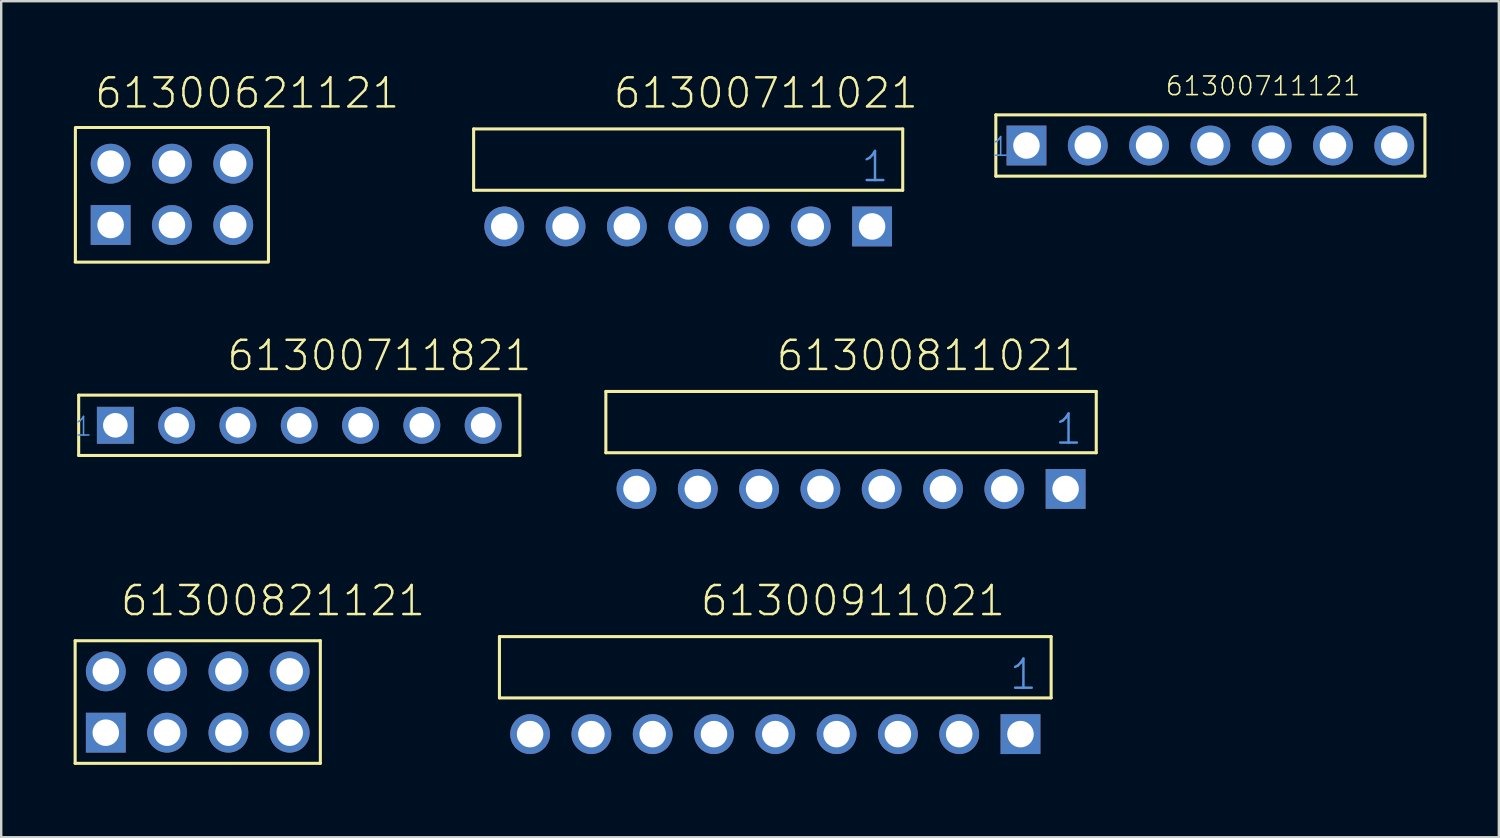
<source format=kicad_pcb>
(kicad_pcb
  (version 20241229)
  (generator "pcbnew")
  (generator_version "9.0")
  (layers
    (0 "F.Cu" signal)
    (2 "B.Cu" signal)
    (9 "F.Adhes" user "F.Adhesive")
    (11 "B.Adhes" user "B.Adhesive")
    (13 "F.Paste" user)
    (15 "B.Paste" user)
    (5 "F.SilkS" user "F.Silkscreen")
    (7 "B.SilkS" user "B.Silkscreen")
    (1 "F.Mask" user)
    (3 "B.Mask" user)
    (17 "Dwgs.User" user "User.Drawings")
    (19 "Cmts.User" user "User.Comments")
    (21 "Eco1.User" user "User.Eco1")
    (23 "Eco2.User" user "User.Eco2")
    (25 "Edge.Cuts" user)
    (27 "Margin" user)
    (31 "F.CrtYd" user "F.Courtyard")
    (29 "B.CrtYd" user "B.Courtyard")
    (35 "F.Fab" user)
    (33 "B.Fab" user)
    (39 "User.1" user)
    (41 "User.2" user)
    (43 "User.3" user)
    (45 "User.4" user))
  (footprint "61300911021"
    (layer "F.Cu")
    (at 29.075 27.369)
    (property "Reference" "61300911021" (at -3.165 -4.822 0) (layer "F.SilkS") (effects (font (size 1.206 1.206) (thickness 0.102)) (justify left bottom)))
    (attr through_hole)
    (fp_line (start -11.43 -4.04) (end 11.43 -4.04) (stroke (width 0.127) (type solid)) (layer "F.SilkS"))
    (fp_line (start -11.43 -1.5) (end -11.43 -4.04) (stroke (width 0.127) (type solid)) (layer "F.SilkS"))
    (fp_line (start 11.43 -4.04) (end 11.43 -1.5) (stroke (width 0.127) (type solid)) (layer "F.SilkS"))
    (fp_line (start 11.43 -1.5) (end -11.43 -1.5) (stroke (width 0.127) (type solid)) (layer "F.SilkS"))
    (fp_text user "1" (at 9.64 -1.77 0) (layer "Cmts.User") (effects (font (size 1.206 1.206) (thickness 0.102)) (justify left bottom)))
    (pad "1" thru_hole rect (at 10.16 0) (size 1.65 1.65) (drill 1.1) (layers "*.Cu" "*.Mask"))
    (pad "2" thru_hole circle (at 7.62 0) (size 1.65 1.65) (drill 1.1) (layers "*.Cu" "*.Mask"))
    (pad "3" thru_hole circle (at 5.08 0) (size 1.65 1.65) (drill 1.1) (layers "*.Cu" "*.Mask"))
    (pad "4" thru_hole circle (at 2.54 0) (size 1.65 1.65) (drill 1.1) (layers "*.Cu" "*.Mask"))
    (pad "5" thru_hole circle (at 0 0) (size 1.65 1.65) (drill 1.1) (layers "*.Cu" "*.Mask"))
    (pad "6" thru_hole circle (at -2.54 0) (size 1.65 1.65) (drill 1.1) (layers "*.Cu" "*.Mask"))
    (pad "7" thru_hole circle (at -5.08 0) (size 1.65 1.65) (drill 1.1) (layers "*.Cu" "*.Mask"))
    (pad "8" thru_hole circle (at -7.62 0) (size 1.65 1.65) (drill 1.1) (layers "*.Cu" "*.Mask"))
    (pad "9" thru_hole circle (at -10.16 0) (size 1.65 1.65) (drill 1.1) (layers "*.Cu" "*.Mask")))
  (footprint "61300711121"
    (layer "F.Cu")
    (at 47.103 2.979)
    (property "Reference" "61300711121" (at -1.905 -2.012 0) (layer "F.SilkS") (effects (font (size 0.772 0.772) (thickness 0.065)) (justify left bottom)))
    (attr through_hole)
    (fp_line (start -8.89 -1.27) (end -8.89 1.27) (stroke (width 0.127) (type solid)) (layer "F.SilkS"))
    (fp_line (start -8.89 1.27) (end 8.89 1.27) (stroke (width 0.127) (type solid)) (layer "F.SilkS"))
    (fp_line (start 8.89 -1.27) (end -8.89 -1.27) (stroke (width 0.127) (type solid)) (layer "F.SilkS"))
    (fp_line (start 8.89 1.27) (end 8.89 -1.27) (stroke (width 0.127) (type solid)) (layer "F.SilkS"))
    (fp_text user "1" (at -9.1 0.5 0) (layer "Cmts.User") (effects (font (size 0.772 0.772) (thickness 0.065)) (justify left bottom)))
    (pad "1" thru_hole rect (at -7.62 0) (size 1.65 1.65) (drill 1.1) (layers "*.Cu" "*.Mask"))
    (pad "2" thru_hole circle (at -5.08 0) (size 1.65 1.65) (drill 1.1) (layers "*.Cu" "*.Mask"))
    (pad "3" thru_hole circle (at -2.54 0) (size 1.65 1.65) (drill 1.1) (layers "*.Cu" "*.Mask"))
    (pad "4" thru_hole circle (at 0 0) (size 1.65 1.65) (drill 1.1) (layers "*.Cu" "*.Mask"))
    (pad "5" thru_hole circle (at 2.54 0) (size 1.65 1.65) (drill 1.1) (layers "*.Cu" "*.Mask"))
    (pad "6" thru_hole circle (at 5.08 0) (size 1.65 1.65) (drill 1.1) (layers "*.Cu" "*.Mask"))
    (pad "7" thru_hole circle (at 7.62 0) (size 1.65 1.65) (drill 1.1) (layers "*.Cu" "*.Mask")))
  (footprint "61300711021"
    (layer "F.Cu")
    (at 25.465 6.333)
    (property "Reference" "61300711021" (at -3.165 -4.822 0) (layer "F.SilkS") (effects (font (size 1.206 1.206) (thickness 0.102)) (justify left bottom)))
    (attr through_hole)
    (fp_line (start -8.89 -4.04) (end 8.89 -4.04) (stroke (width 0.127) (type solid)) (layer "F.SilkS"))
    (fp_line (start -8.89 -1.5) (end -8.89 -4.04) (stroke (width 0.127) (type solid)) (layer "F.SilkS"))
    (fp_line (start 8.89 -4.04) (end 8.89 -1.5) (stroke (width 0.127) (type solid)) (layer "F.SilkS"))
    (fp_line (start 8.89 -1.5) (end -8.89 -1.5) (stroke (width 0.127) (type solid)) (layer "F.SilkS"))
    (fp_text user "1" (at 7.1 -1.77 0) (layer "Cmts.User") (effects (font (size 1.206 1.206) (thickness 0.102)) (justify left bottom)))
    (pad "1" thru_hole rect (at 7.62 0) (size 1.65 1.65) (drill 1.1) (layers "*.Cu" "*.Mask"))
    (pad "2" thru_hole circle (at 5.08 0) (size 1.65 1.65) (drill 1.1) (layers "*.Cu" "*.Mask"))
    (pad "3" thru_hole circle (at 2.54 0) (size 1.65 1.65) (drill 1.1) (layers "*.Cu" "*.Mask"))
    (pad "4" thru_hole circle (at 0 0) (size 1.65 1.65) (drill 1.1) (layers "*.Cu" "*.Mask"))
    (pad "5" thru_hole circle (at -2.54 0) (size 1.65 1.65) (drill 1.1) (layers "*.Cu" "*.Mask"))
    (pad "6" thru_hole circle (at -5.08 0) (size 1.65 1.65) (drill 1.1) (layers "*.Cu" "*.Mask"))
    (pad "7" thru_hole circle (at -7.62 0) (size 1.65 1.65) (drill 1.1) (layers "*.Cu" "*.Mask")))
  (footprint "61300811021"
    (layer "F.Cu")
    (at 32.214 17.21)
    (property "Reference" "61300811021" (at -3.165 -4.822 0) (layer "F.SilkS") (effects (font (size 1.206 1.206) (thickness 0.102)) (justify left bottom)))
    (attr through_hole)
    (fp_line (start -10.16 -4.04) (end 10.16 -4.04) (stroke (width 0.127) (type solid)) (layer "F.SilkS"))
    (fp_line (start -10.16 -1.5) (end -10.16 -4.04) (stroke (width 0.127) (type solid)) (layer "F.SilkS"))
    (fp_line (start 10.16 -4.04) (end 10.16 -1.5) (stroke (width 0.127) (type solid)) (layer "F.SilkS"))
    (fp_line (start 10.16 -1.5) (end -10.16 -1.5) (stroke (width 0.127) (type solid)) (layer "F.SilkS"))
    (fp_text user "1" (at 8.37 -1.77 0) (layer "Cmts.User") (effects (font (size 1.206 1.206) (thickness 0.102)) (justify left bottom)))
    (pad "1" thru_hole rect (at 8.89 0) (size 1.65 1.65) (drill 1.1) (layers "*.Cu" "*.Mask"))
    (pad "2" thru_hole circle (at 6.35 0) (size 1.65 1.65) (drill 1.1) (layers "*.Cu" "*.Mask"))
    (pad "3" thru_hole circle (at 3.81 0) (size 1.65 1.65) (drill 1.1) (layers "*.Cu" "*.Mask"))
    (pad "4" thru_hole circle (at 1.27 0) (size 1.65 1.65) (drill 1.1) (layers "*.Cu" "*.Mask"))
    (pad "5" thru_hole circle (at -1.27 0) (size 1.65 1.65) (drill 1.1) (layers "*.Cu" "*.Mask"))
    (pad "6" thru_hole circle (at -3.81 0) (size 1.65 1.65) (drill 1.1) (layers "*.Cu" "*.Mask"))
    (pad "7" thru_hole circle (at -6.35 0) (size 1.65 1.65) (drill 1.1) (layers "*.Cu" "*.Mask"))
    (pad "8" thru_hole circle (at -8.89 0) (size 1.65 1.65) (drill 1.1) (layers "*.Cu" "*.Mask")))
  (footprint "61300621121"
    (layer "F.Cu")
    (at 4.074 5.003)
    (property "Reference" "61300621121" (at -3.265 -3.492 0) (layer "F.SilkS") (effects (font (size 1.206 1.206) (thickness 0.102)) (justify left bottom)))
    (attr through_hole)
    (fp_line (start -4.01 2.81) (end 3.99 2.81) (stroke (width 0.127) (type solid)) (layer "F.SilkS"))
    (fp_line (start -4 2.77) (end -4 -2.73) (stroke (width 0.127) (type solid)) (layer "F.SilkS"))
    (fp_line (start 4 -2.77) (end -4 -2.77) (stroke (width 0.127) (type solid)) (layer "F.SilkS"))
    (fp_line (start 4 2.77) (end 4 -2.73) (stroke (width 0.127) (type solid)) (layer "F.SilkS"))
    (pad "1" thru_hole rect (at -2.54 1.27 90) (size 1.65 1.65) (drill 1.1) (layers "*.Cu" "*.Mask"))
    (pad "2" thru_hole circle (at 0 1.27 90) (size 1.65 1.65) (drill 1.1) (layers "*.Cu" "*.Mask"))
    (pad "3" thru_hole circle (at 2.54 1.27 90) (size 1.65 1.65) (drill 1.1) (layers "*.Cu" "*.Mask"))
    (pad "4" thru_hole circle (at 2.54 -1.27 270) (size 1.65 1.65) (drill 1.1) (layers "*.Cu" "*.Mask"))
    (pad "5" thru_hole circle (at 0 -1.27 270) (size 1.65 1.65) (drill 1.1) (layers "*.Cu" "*.Mask"))
    (pad "6" thru_hole circle (at -2.54 -1.27 270) (size 1.65 1.65) (drill 1.1) (layers "*.Cu" "*.Mask")))
  (footprint "61300821121"
    (layer "F.Cu")
    (at 5.144 26.039)
    (property "Reference" "61300821121" (at -3.265 -3.492 0) (layer "F.SilkS") (effects (font (size 1.206 1.206) (thickness 0.102)) (justify left bottom)))
    (attr through_hole)
    (fp_line (start -5.08 -2.54) (end 5.08 -2.54) (stroke (width 0.127) (type solid)) (layer "F.SilkS"))
    (fp_line (start -5.08 2.54) (end -5.08 -2.54) (stroke (width 0.127) (type solid)) (layer "F.SilkS"))
    (fp_line (start 5.08 -2.54) (end 5.08 2.54) (stroke (width 0.127) (type solid)) (layer "F.SilkS"))
    (fp_line (start 5.08 2.54) (end -5.08 2.54) (stroke (width 0.127) (type solid)) (layer "F.SilkS"))
    (pad "1" thru_hole rect (at -3.81 1.27 180) (size 1.65 1.65) (drill 1.1) (layers "*.Cu" "*.Mask"))
    (pad "2" thru_hole circle (at -1.27 1.27 180) (size 1.65 1.65) (drill 1.1) (layers "*.Cu" "*.Mask"))
    (pad "3" thru_hole circle (at 1.27 1.27 180) (size 1.65 1.65) (drill 1.1) (layers "*.Cu" "*.Mask"))
    (pad "4" thru_hole circle (at 3.81 1.27 180) (size 1.65 1.65) (drill 1.1) (layers "*.Cu" "*.Mask"))
    (pad "5" thru_hole circle (at 3.81 -1.27) (size 1.65 1.65) (drill 1.1) (layers "*.Cu" "*.Mask"))
    (pad "6" thru_hole circle (at 1.27 -1.27) (size 1.65 1.65) (drill 1.1) (layers "*.Cu" "*.Mask"))
    (pad "7" thru_hole circle (at -1.27 -1.27) (size 1.65 1.65) (drill 1.1) (layers "*.Cu" "*.Mask"))
    (pad "8" thru_hole circle (at -3.81 -1.27) (size 1.65 1.65) (drill 1.1) (layers "*.Cu" "*.Mask")))
  (footprint "61300711821"
    (layer "F.Cu")
    (at 9.35 14.573)
    (property "Reference" "61300711821" (at -3.063 -2.185 0) (layer "F.SilkS") (effects (font (size 1.206 1.206) (thickness 0.102)) (justify left bottom)))
    (attr through_hole)
    (fp_line (start -9.14 -1.25) (end -9.14 1.25) (stroke (width 0.127) (type solid)) (layer "F.SilkS"))
    (fp_line (start -9.14 1.25) (end 9.14 1.25) (stroke (width 0.127) (type solid)) (layer "F.SilkS"))
    (fp_line (start 9.14 -1.25) (end -9.14 -1.25) (stroke (width 0.127) (type solid)) (layer "F.SilkS"))
    (fp_line (start 9.14 1.25) (end 9.14 -1.25) (stroke (width 0.127) (type solid)) (layer "F.SilkS"))
    (fp_text user "1" (at -9.35 0.5 0) (layer "Cmts.User") (effects (font (size 0.772 0.772) (thickness 0.065)) (justify left bottom)))
    (pad "1" thru_hole rect (at -7.62 0) (size 1.53 1.53) (drill 1.02) (layers "*.Cu" "*.Mask"))
    (pad "2" thru_hole circle (at -5.08 0) (size 1.53 1.53) (drill 1.02) (layers "*.Cu" "*.Mask"))
    (pad "3" thru_hole circle (at -2.54 0) (size 1.53 1.53) (drill 1.02) (layers "*.Cu" "*.Mask"))
    (pad "4" thru_hole circle (at 0 0) (size 1.53 1.53) (drill 1.02) (layers "*.Cu" "*.Mask"))
    (pad "5" thru_hole circle (at 2.54 0) (size 1.53 1.53) (drill 1.02) (layers "*.Cu" "*.Mask"))
    (pad "6" thru_hole circle (at 5.08 0) (size 1.53 1.53) (drill 1.02) (layers "*.Cu" "*.Mask"))
    (pad "7" thru_hole circle (at 7.62 0) (size 1.53 1.53) (drill 1.02) (layers "*.Cu" "*.Mask")))
  (gr_rect
    (start -3 -3)
    (end 59.056 31.642)
    (stroke (width 0.1) (type default))
    (fill no)
    (layer "Edge.Cuts")))
</source>
